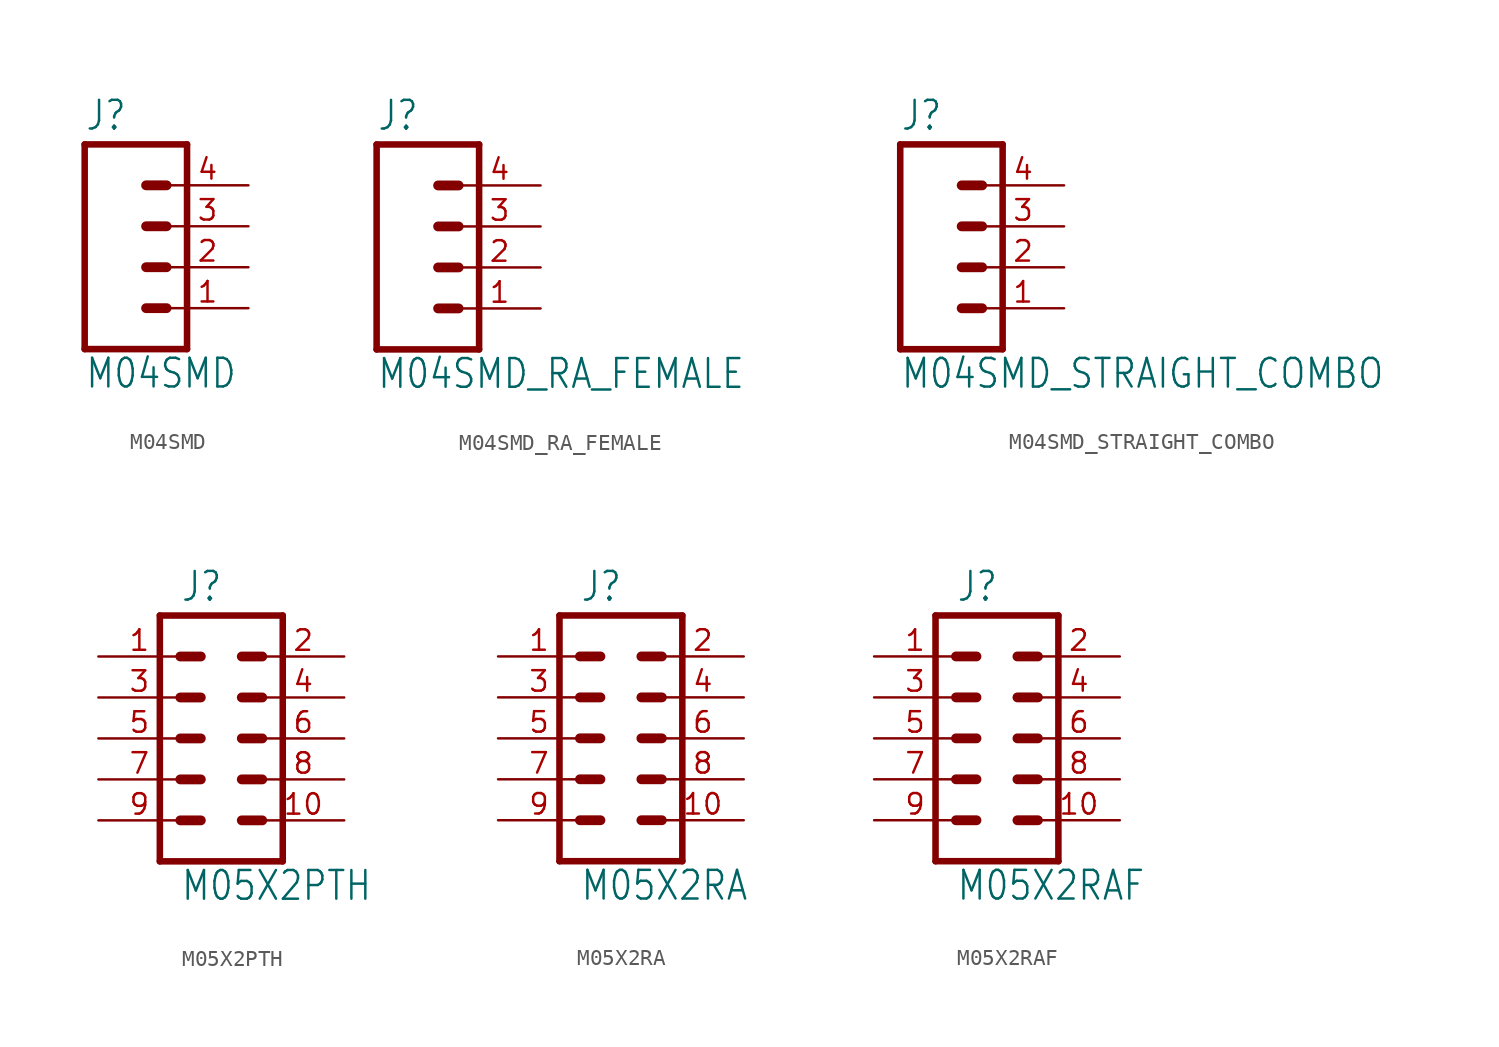
<source format=kicad_sym>
(kicad_symbol_lib
  (version 20220914)
  (generator kicad_symbol_editor)
  (symbol "M04SMD"
    (property "Reference" "J"
      (at -5.08 8.382 0)
      (effects (font (size 1.778 1.511)) (justify left bottom)))
    (property "Value" "M04SMD"
      (at -5.08 -7.62 0)
      (effects (font (size 1.778 1.511)) (justify left bottom)))
    (property "ki_locked" ""
      (at 0 0 0)
      (effects (font (size 1.27 1.27))))
    (symbol "M04SMD_1_0"
      (polyline (pts (xy -5.08 7.62) (xy -5.08 -5.08)) (stroke (width 0.406) (type default)) (fill (type none)))
      (polyline (pts (xy -5.08 7.62) (xy 1.27 7.62)) (stroke (width 0.406) (type default)) (fill (type none)))
      (polyline (pts (xy -1.27 -2.54) (xy 0 -2.54)) (stroke (width 0.61) (type default)) (fill (type none)))
      (polyline (pts (xy -1.27 0) (xy 0 0)) (stroke (width 0.61) (type default)) (fill (type none)))
      (polyline (pts (xy -1.27 2.54) (xy 0 2.54)) (stroke (width 0.61) (type default)) (fill (type none)))
      (polyline (pts (xy -1.27 5.08) (xy 0 5.08)) (stroke (width 0.61) (type default)) (fill (type none)))
      (polyline (pts (xy 1.27 -5.08) (xy -5.08 -5.08)) (stroke (width 0.406) (type default)) (fill (type none)))
      (polyline (pts (xy 1.27 -5.08) (xy 1.27 7.62)) (stroke (width 0.406) (type default)) (fill (type none)))
      (pin passive line (at 5.08 -2.54 180) (length 5.08) (name "1" (effects (font (size 0 0)))) (number "1" (effects (font (size 1.27 1.27)))))
      (pin passive line (at 5.08 0 180) (length 5.08) (name "2" (effects (font (size 0 0)))) (number "2" (effects (font (size 1.27 1.27)))))
      (pin passive line (at 5.08 2.54 180) (length 5.08) (name "3" (effects (font (size 0 0)))) (number "3" (effects (font (size 1.27 1.27)))))
      (pin passive line (at 5.08 5.08 180) (length 5.08) (name "4" (effects (font (size 0 0)))) (number "4" (effects (font (size 1.27 1.27)))))))
  (symbol "M04SMD_RA_FEMALE"
    (property "Reference" "J"
      (at -5.08 8.382 0)
      (effects (font (size 1.778 1.511)) (justify left bottom)))
    (property "Value" "M04SMD_RA_FEMALE"
      (at -5.08 -7.62 0)
      (effects (font (size 1.778 1.511)) (justify left bottom)))
    (property "ki_locked" ""
      (at 0 0 0)
      (effects (font (size 1.27 1.27))))
    (symbol "M04SMD_RA_FEMALE_1_0"
      (polyline (pts (xy -5.08 7.62) (xy -5.08 -5.08)) (stroke (width 0.406) (type default)) (fill (type none)))
      (polyline (pts (xy -5.08 7.62) (xy 1.27 7.62)) (stroke (width 0.406) (type default)) (fill (type none)))
      (polyline (pts (xy -1.27 -2.54) (xy 0 -2.54)) (stroke (width 0.61) (type default)) (fill (type none)))
      (polyline (pts (xy -1.27 0) (xy 0 0)) (stroke (width 0.61) (type default)) (fill (type none)))
      (polyline (pts (xy -1.27 2.54) (xy 0 2.54)) (stroke (width 0.61) (type default)) (fill (type none)))
      (polyline (pts (xy -1.27 5.08) (xy 0 5.08)) (stroke (width 0.61) (type default)) (fill (type none)))
      (polyline (pts (xy 1.27 -5.08) (xy -5.08 -5.08)) (stroke (width 0.406) (type default)) (fill (type none)))
      (polyline (pts (xy 1.27 -5.08) (xy 1.27 7.62)) (stroke (width 0.406) (type default)) (fill (type none)))
      (pin passive line (at 5.08 -2.54 180) (length 5.08) (name "1" (effects (font (size 0 0)))) (number "1" (effects (font (size 1.27 1.27)))))
      (pin passive line (at 5.08 0 180) (length 5.08) (name "2" (effects (font (size 0 0)))) (number "2" (effects (font (size 1.27 1.27)))))
      (pin passive line (at 5.08 2.54 180) (length 5.08) (name "3" (effects (font (size 0 0)))) (number "3" (effects (font (size 1.27 1.27)))))
      (pin passive line (at 5.08 5.08 180) (length 5.08) (name "4" (effects (font (size 0 0)))) (number "4" (effects (font (size 1.27 1.27)))))))
  (symbol "M04SMD_STRAIGHT_COMBO"
    (property "Reference" "J"
      (at -5.08 8.382 0)
      (effects (font (size 1.778 1.511)) (justify left bottom)))
    (property "Value" "M04SMD_STRAIGHT_COMBO"
      (at -5.08 -7.62 0)
      (effects (font (size 1.778 1.511)) (justify left bottom)))
    (property "ki_locked" ""
      (at 0 0 0)
      (effects (font (size 1.27 1.27))))
    (symbol "M04SMD_STRAIGHT_COMBO_1_0"
      (polyline (pts (xy -5.08 7.62) (xy -5.08 -5.08)) (stroke (width 0.406) (type default)) (fill (type none)))
      (polyline (pts (xy -5.08 7.62) (xy 1.27 7.62)) (stroke (width 0.406) (type default)) (fill (type none)))
      (polyline (pts (xy -1.27 -2.54) (xy 0 -2.54)) (stroke (width 0.61) (type default)) (fill (type none)))
      (polyline (pts (xy -1.27 0) (xy 0 0)) (stroke (width 0.61) (type default)) (fill (type none)))
      (polyline (pts (xy -1.27 2.54) (xy 0 2.54)) (stroke (width 0.61) (type default)) (fill (type none)))
      (polyline (pts (xy -1.27 5.08) (xy 0 5.08)) (stroke (width 0.61) (type default)) (fill (type none)))
      (polyline (pts (xy 1.27 -5.08) (xy -5.08 -5.08)) (stroke (width 0.406) (type default)) (fill (type none)))
      (polyline (pts (xy 1.27 -5.08) (xy 1.27 7.62)) (stroke (width 0.406) (type default)) (fill (type none)))
      (pin passive line (at 5.08 -2.54 180) (length 5.08) (name "1" (effects (font (size 0 0)))) (number "1" (effects (font (size 1.27 1.27)))))
      (pin passive line (at 5.08 0 180) (length 5.08) (name "2" (effects (font (size 0 0)))) (number "2" (effects (font (size 1.27 1.27)))))
      (pin passive line (at 5.08 2.54 180) (length 5.08) (name "3" (effects (font (size 0 0)))) (number "3" (effects (font (size 1.27 1.27)))))
      (pin passive line (at 5.08 5.08 180) (length 5.08) (name "4" (effects (font (size 0 0)))) (number "4" (effects (font (size 1.27 1.27)))))))
  (symbol "M05X2PTH"
    (property "Reference" "J"
      (at -2.54 8.382 0)
      (effects (font (size 1.778 1.511)) (justify left bottom)))
    (property "Value" "M05X2PTH"
      (at -2.54 -10.16 0)
      (effects (font (size 1.778 1.511)) (justify left bottom)))
    (property "ki_locked" ""
      (at 0 0 0)
      (effects (font (size 1.27 1.27))))
    (symbol "M05X2PTH_1_0"
      (polyline (pts (xy -3.81 7.62) (xy -3.81 -7.62)) (stroke (width 0.406) (type default)) (fill (type none)))
      (polyline (pts (xy -3.81 7.62) (xy 3.81 7.62)) (stroke (width 0.406) (type default)) (fill (type none)))
      (polyline (pts (xy -1.27 -5.08) (xy -2.54 -5.08)) (stroke (width 0.61) (type default)) (fill (type none)))
      (polyline (pts (xy -1.27 -2.54) (xy -2.54 -2.54)) (stroke (width 0.61) (type default)) (fill (type none)))
      (polyline (pts (xy -1.27 0) (xy -2.54 0)) (stroke (width 0.61) (type default)) (fill (type none)))
      (polyline (pts (xy -1.27 2.54) (xy -2.54 2.54)) (stroke (width 0.61) (type default)) (fill (type none)))
      (polyline (pts (xy -1.27 5.08) (xy -2.54 5.08)) (stroke (width 0.61) (type default)) (fill (type none)))
      (polyline (pts (xy 1.27 -5.08) (xy 2.54 -5.08)) (stroke (width 0.61) (type default)) (fill (type none)))
      (polyline (pts (xy 1.27 -2.54) (xy 2.54 -2.54)) (stroke (width 0.61) (type default)) (fill (type none)))
      (polyline (pts (xy 1.27 0) (xy 2.54 0)) (stroke (width 0.61) (type default)) (fill (type none)))
      (polyline (pts (xy 1.27 2.54) (xy 2.54 2.54)) (stroke (width 0.61) (type default)) (fill (type none)))
      (polyline (pts (xy 1.27 5.08) (xy 2.54 5.08)) (stroke (width 0.61) (type default)) (fill (type none)))
      (polyline (pts (xy 3.81 -7.62) (xy -3.81 -7.62)) (stroke (width 0.406) (type default)) (fill (type none)))
      (polyline (pts (xy 3.81 -7.62) (xy 3.81 7.62)) (stroke (width 0.406) (type default)) (fill (type none)))
      (pin passive line (at -7.62 5.08 0) (length 5.08) (name "1" (effects (font (size 0 0)))) (number "1" (effects (font (size 1.27 1.27)))))
      (pin passive line (at 7.62 -5.08 180) (length 5.08) (name "10" (effects (font (size 0 0)))) (number "10" (effects (font (size 1.27 1.27)))))
      (pin passive line (at 7.62 5.08 180) (length 5.08) (name "2" (effects (font (size 0 0)))) (number "2" (effects (font (size 1.27 1.27)))))
      (pin passive line (at -7.62 2.54 0) (length 5.08) (name "3" (effects (font (size 0 0)))) (number "3" (effects (font (size 1.27 1.27)))))
      (pin passive line (at 7.62 2.54 180) (length 5.08) (name "4" (effects (font (size 0 0)))) (number "4" (effects (font (size 1.27 1.27)))))
      (pin passive line (at -7.62 0 0) (length 5.08) (name "5" (effects (font (size 0 0)))) (number "5" (effects (font (size 1.27 1.27)))))
      (pin passive line (at 7.62 0 180) (length 5.08) (name "6" (effects (font (size 0 0)))) (number "6" (effects (font (size 1.27 1.27)))))
      (pin passive line (at -7.62 -2.54 0) (length 5.08) (name "7" (effects (font (size 0 0)))) (number "7" (effects (font (size 1.27 1.27)))))
      (pin passive line (at 7.62 -2.54 180) (length 5.08) (name "8" (effects (font (size 0 0)))) (number "8" (effects (font (size 1.27 1.27)))))
      (pin passive line (at -7.62 -5.08 0) (length 5.08) (name "9" (effects (font (size 0 0)))) (number "9" (effects (font (size 1.27 1.27)))))))
  (symbol "M05X2RA"
    (property "Reference" "J"
      (at -2.54 8.382 0)
      (effects (font (size 1.778 1.511)) (justify left bottom)))
    (property "Value" "M05X2RA"
      (at -2.54 -10.16 0)
      (effects (font (size 1.778 1.511)) (justify left bottom)))
    (property "ki_locked" ""
      (at 0 0 0)
      (effects (font (size 1.27 1.27))))
    (symbol "M05X2RA_1_0"
      (polyline (pts (xy -3.81 7.62) (xy -3.81 -7.62)) (stroke (width 0.406) (type default)) (fill (type none)))
      (polyline (pts (xy -3.81 7.62) (xy 3.81 7.62)) (stroke (width 0.406) (type default)) (fill (type none)))
      (polyline (pts (xy -1.27 -5.08) (xy -2.54 -5.08)) (stroke (width 0.61) (type default)) (fill (type none)))
      (polyline (pts (xy -1.27 -2.54) (xy -2.54 -2.54)) (stroke (width 0.61) (type default)) (fill (type none)))
      (polyline (pts (xy -1.27 0) (xy -2.54 0)) (stroke (width 0.61) (type default)) (fill (type none)))
      (polyline (pts (xy -1.27 2.54) (xy -2.54 2.54)) (stroke (width 0.61) (type default)) (fill (type none)))
      (polyline (pts (xy -1.27 5.08) (xy -2.54 5.08)) (stroke (width 0.61) (type default)) (fill (type none)))
      (polyline (pts (xy 1.27 -5.08) (xy 2.54 -5.08)) (stroke (width 0.61) (type default)) (fill (type none)))
      (polyline (pts (xy 1.27 -2.54) (xy 2.54 -2.54)) (stroke (width 0.61) (type default)) (fill (type none)))
      (polyline (pts (xy 1.27 0) (xy 2.54 0)) (stroke (width 0.61) (type default)) (fill (type none)))
      (polyline (pts (xy 1.27 2.54) (xy 2.54 2.54)) (stroke (width 0.61) (type default)) (fill (type none)))
      (polyline (pts (xy 1.27 5.08) (xy 2.54 5.08)) (stroke (width 0.61) (type default)) (fill (type none)))
      (polyline (pts (xy 3.81 -7.62) (xy -3.81 -7.62)) (stroke (width 0.406) (type default)) (fill (type none)))
      (polyline (pts (xy 3.81 -7.62) (xy 3.81 7.62)) (stroke (width 0.406) (type default)) (fill (type none)))
      (pin passive line (at -7.62 5.08 0) (length 5.08) (name "1" (effects (font (size 0 0)))) (number "1" (effects (font (size 1.27 1.27)))))
      (pin passive line (at 7.62 -5.08 180) (length 5.08) (name "10" (effects (font (size 0 0)))) (number "10" (effects (font (size 1.27 1.27)))))
      (pin passive line (at 7.62 5.08 180) (length 5.08) (name "2" (effects (font (size 0 0)))) (number "2" (effects (font (size 1.27 1.27)))))
      (pin passive line (at -7.62 2.54 0) (length 5.08) (name "3" (effects (font (size 0 0)))) (number "3" (effects (font (size 1.27 1.27)))))
      (pin passive line (at 7.62 2.54 180) (length 5.08) (name "4" (effects (font (size 0 0)))) (number "4" (effects (font (size 1.27 1.27)))))
      (pin passive line (at -7.62 0 0) (length 5.08) (name "5" (effects (font (size 0 0)))) (number "5" (effects (font (size 1.27 1.27)))))
      (pin passive line (at 7.62 0 180) (length 5.08) (name "6" (effects (font (size 0 0)))) (number "6" (effects (font (size 1.27 1.27)))))
      (pin passive line (at -7.62 -2.54 0) (length 5.08) (name "7" (effects (font (size 0 0)))) (number "7" (effects (font (size 1.27 1.27)))))
      (pin passive line (at 7.62 -2.54 180) (length 5.08) (name "8" (effects (font (size 0 0)))) (number "8" (effects (font (size 1.27 1.27)))))
      (pin passive line (at -7.62 -5.08 0) (length 5.08) (name "9" (effects (font (size 0 0)))) (number "9" (effects (font (size 1.27 1.27)))))))
  (symbol "M05X2RAF"
    (property "Reference" "J"
      (at -2.54 8.382 0)
      (effects (font (size 1.778 1.511)) (justify left bottom)))
    (property "Value" "M05X2RAF"
      (at -2.54 -10.16 0)
      (effects (font (size 1.778 1.511)) (justify left bottom)))
    (property "ki_locked" ""
      (at 0 0 0)
      (effects (font (size 1.27 1.27))))
    (symbol "M05X2RAF_1_0"
      (polyline (pts (xy -3.81 7.62) (xy -3.81 -7.62)) (stroke (width 0.406) (type default)) (fill (type none)))
      (polyline (pts (xy -3.81 7.62) (xy 3.81 7.62)) (stroke (width 0.406) (type default)) (fill (type none)))
      (polyline (pts (xy -1.27 -5.08) (xy -2.54 -5.08)) (stroke (width 0.61) (type default)) (fill (type none)))
      (polyline (pts (xy -1.27 -2.54) (xy -2.54 -2.54)) (stroke (width 0.61) (type default)) (fill (type none)))
      (polyline (pts (xy -1.27 0) (xy -2.54 0)) (stroke (width 0.61) (type default)) (fill (type none)))
      (polyline (pts (xy -1.27 2.54) (xy -2.54 2.54)) (stroke (width 0.61) (type default)) (fill (type none)))
      (polyline (pts (xy -1.27 5.08) (xy -2.54 5.08)) (stroke (width 0.61) (type default)) (fill (type none)))
      (polyline (pts (xy 1.27 -5.08) (xy 2.54 -5.08)) (stroke (width 0.61) (type default)) (fill (type none)))
      (polyline (pts (xy 1.27 -2.54) (xy 2.54 -2.54)) (stroke (width 0.61) (type default)) (fill (type none)))
      (polyline (pts (xy 1.27 0) (xy 2.54 0)) (stroke (width 0.61) (type default)) (fill (type none)))
      (polyline (pts (xy 1.27 2.54) (xy 2.54 2.54)) (stroke (width 0.61) (type default)) (fill (type none)))
      (polyline (pts (xy 1.27 5.08) (xy 2.54 5.08)) (stroke (width 0.61) (type default)) (fill (type none)))
      (polyline (pts (xy 3.81 -7.62) (xy -3.81 -7.62)) (stroke (width 0.406) (type default)) (fill (type none)))
      (polyline (pts (xy 3.81 -7.62) (xy 3.81 7.62)) (stroke (width 0.406) (type default)) (fill (type none)))
      (pin passive line (at -7.62 5.08 0) (length 5.08) (name "1" (effects (font (size 0 0)))) (number "1" (effects (font (size 1.27 1.27)))))
      (pin passive line (at 7.62 -5.08 180) (length 5.08) (name "10" (effects (font (size 0 0)))) (number "10" (effects (font (size 1.27 1.27)))))
      (pin passive line (at 7.62 5.08 180) (length 5.08) (name "2" (effects (font (size 0 0)))) (number "2" (effects (font (size 1.27 1.27)))))
      (pin passive line (at -7.62 2.54 0) (length 5.08) (name "3" (effects (font (size 0 0)))) (number "3" (effects (font (size 1.27 1.27)))))
      (pin passive line (at 7.62 2.54 180) (length 5.08) (name "4" (effects (font (size 0 0)))) (number "4" (effects (font (size 1.27 1.27)))))
      (pin passive line (at -7.62 0 0) (length 5.08) (name "5" (effects (font (size 0 0)))) (number "5" (effects (font (size 1.27 1.27)))))
      (pin passive line (at 7.62 0 180) (length 5.08) (name "6" (effects (font (size 0 0)))) (number "6" (effects (font (size 1.27 1.27)))))
      (pin passive line (at -7.62 -2.54 0) (length 5.08) (name "7" (effects (font (size 0 0)))) (number "7" (effects (font (size 1.27 1.27)))))
      (pin passive line (at 7.62 -2.54 180) (length 5.08) (name "8" (effects (font (size 0 0)))) (number "8" (effects (font (size 1.27 1.27)))))
      (pin passive line (at -7.62 -5.08 0) (length 5.08) (name "9" (effects (font (size 0 0)))) (number "9" (effects (font (size 1.27 1.27))))))))
</source>
